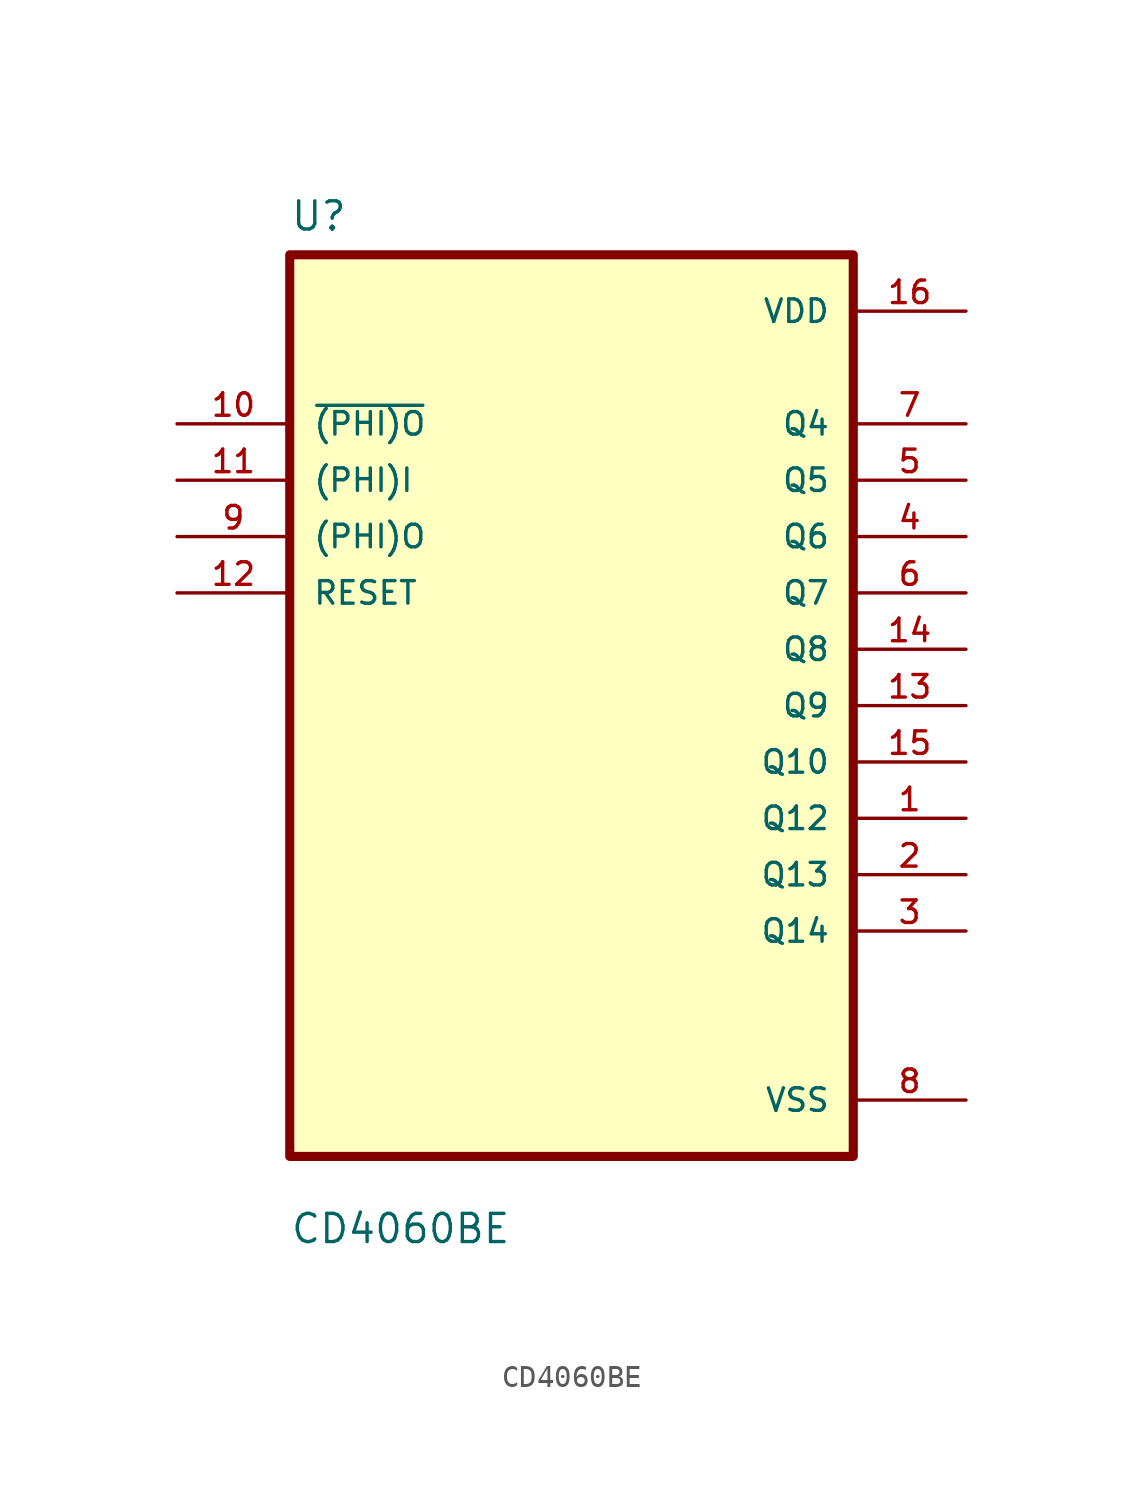
<source format=kicad_sym>
(kicad_symbol_lib
  (version 20211014)
  (generator kicad_symbol_editor)
  (symbol "CD4060BE"
    (pin_names
      (offset 1.016))
    (property "Reference" "U"
      (at -12.7 21.32 0.0)
      (effects (font (size 1.27 1.27)) (justify bottom left)))
    (property "Value" "CD4060BE"
      (at -12.7 -24.32 0.0)
      (effects (font (size 1.27 1.27)) (justify bottom left)))
    (symbol "CD4060BE_0_0"
      (rectangle (start -12.7 -20.32) (end 12.7 20.32) (stroke (width 0.41)) (fill (type background)))
      (pin input line (at -17.78 12.7 0) (length 5.08) (name "~{(PHI)O}" (effects (font (size 1.016 1.016)))) (number "10" (effects (font (size 1.016 1.016)))))
      (pin input line (at -17.78 10.16 0) (length 5.08) (name "(PHI)I" (effects (font (size 1.016 1.016)))) (number "11" (effects (font (size 1.016 1.016)))))
      (pin input line (at -17.78 7.62 0) (length 5.08) (name "(PHI)O" (effects (font (size 1.016 1.016)))) (number "9" (effects (font (size 1.016 1.016)))))
      (pin input line (at -17.78 5.08 0) (length 5.08) (name "RESET" (effects (font (size 1.016 1.016)))) (number "12" (effects (font (size 1.016 1.016)))))
      (pin power_in line (at 17.78 17.78 180.0) (length 5.08) (name "VDD" (effects (font (size 1.016 1.016)))) (number "16" (effects (font (size 1.016 1.016)))))
      (pin output line (at 17.78 12.7 180.0) (length 5.08) (name "Q4" (effects (font (size 1.016 1.016)))) (number "7" (effects (font (size 1.016 1.016)))))
      (pin output line (at 17.78 10.16 180.0) (length 5.08) (name "Q5" (effects (font (size 1.016 1.016)))) (number "5" (effects (font (size 1.016 1.016)))))
      (pin output line (at 17.78 7.62 180.0) (length 5.08) (name "Q6" (effects (font (size 1.016 1.016)))) (number "4" (effects (font (size 1.016 1.016)))))
      (pin output line (at 17.78 5.08 180.0) (length 5.08) (name "Q7" (effects (font (size 1.016 1.016)))) (number "6" (effects (font (size 1.016 1.016)))))
      (pin output line (at 17.78 2.54 180.0) (length 5.08) (name "Q8" (effects (font (size 1.016 1.016)))) (number "14" (effects (font (size 1.016 1.016)))))
      (pin output line (at 17.78 0.0 180.0) (length 5.08) (name "Q9" (effects (font (size 1.016 1.016)))) (number "13" (effects (font (size 1.016 1.016)))))
      (pin output line (at 17.78 -2.54 180.0) (length 5.08) (name "Q10" (effects (font (size 1.016 1.016)))) (number "15" (effects (font (size 1.016 1.016)))))
      (pin output line (at 17.78 -5.08 180.0) (length 5.08) (name "Q12" (effects (font (size 1.016 1.016)))) (number "1" (effects (font (size 1.016 1.016)))))
      (pin output line (at 17.78 -7.62 180.0) (length 5.08) (name "Q13" (effects (font (size 1.016 1.016)))) (number "2" (effects (font (size 1.016 1.016)))))
      (pin output line (at 17.78 -10.16 180.0) (length 5.08) (name "Q14" (effects (font (size 1.016 1.016)))) (number "3" (effects (font (size 1.016 1.016)))))
      (pin power_in line (at 17.78 -17.78 180.0) (length 5.08) (name "VSS" (effects (font (size 1.016 1.016)))) (number "8" (effects (font (size 1.016 1.016))))))))
</source>
